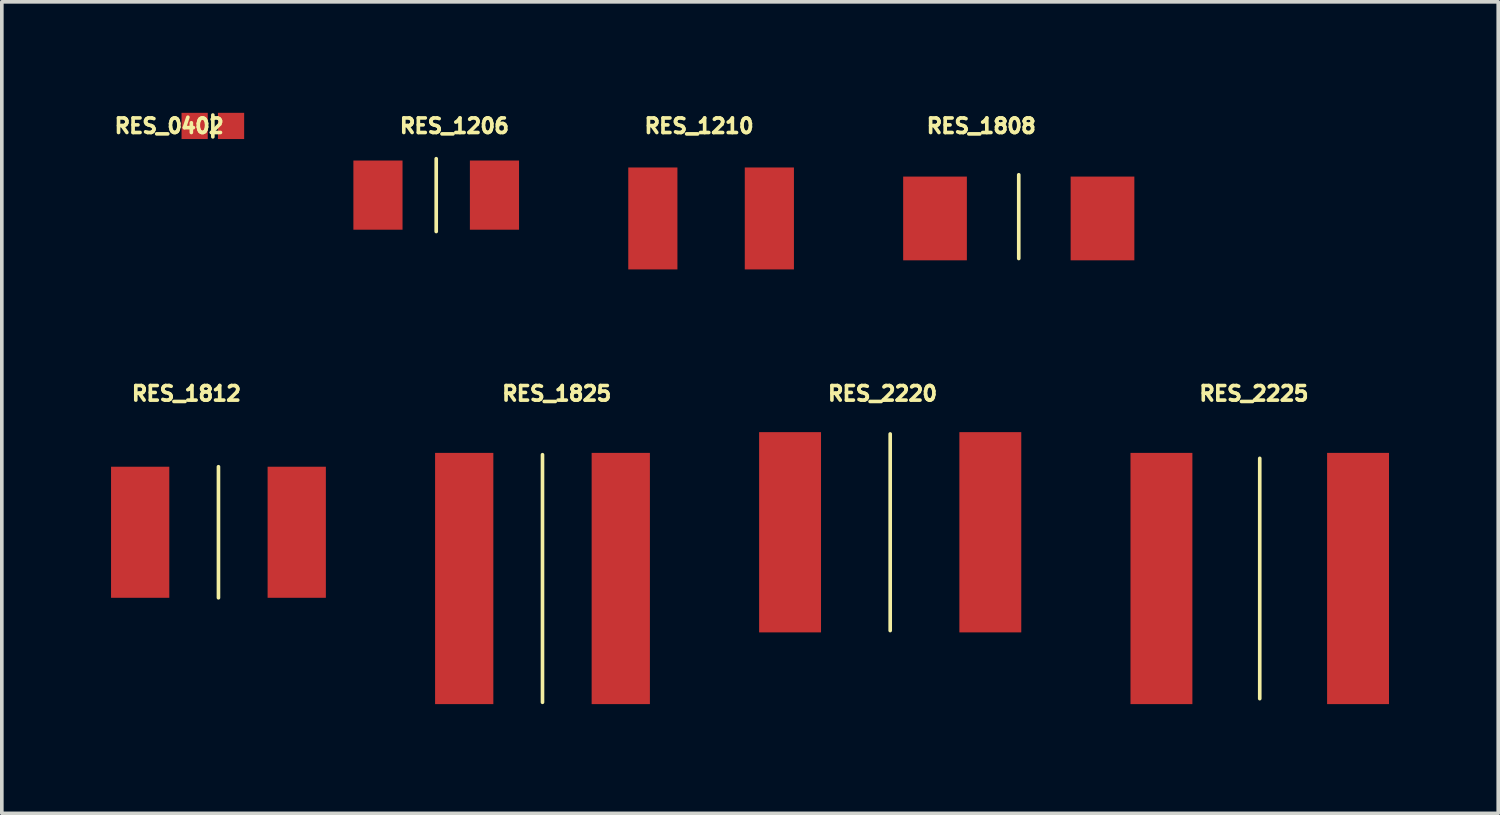
<source format=kicad_pcb>
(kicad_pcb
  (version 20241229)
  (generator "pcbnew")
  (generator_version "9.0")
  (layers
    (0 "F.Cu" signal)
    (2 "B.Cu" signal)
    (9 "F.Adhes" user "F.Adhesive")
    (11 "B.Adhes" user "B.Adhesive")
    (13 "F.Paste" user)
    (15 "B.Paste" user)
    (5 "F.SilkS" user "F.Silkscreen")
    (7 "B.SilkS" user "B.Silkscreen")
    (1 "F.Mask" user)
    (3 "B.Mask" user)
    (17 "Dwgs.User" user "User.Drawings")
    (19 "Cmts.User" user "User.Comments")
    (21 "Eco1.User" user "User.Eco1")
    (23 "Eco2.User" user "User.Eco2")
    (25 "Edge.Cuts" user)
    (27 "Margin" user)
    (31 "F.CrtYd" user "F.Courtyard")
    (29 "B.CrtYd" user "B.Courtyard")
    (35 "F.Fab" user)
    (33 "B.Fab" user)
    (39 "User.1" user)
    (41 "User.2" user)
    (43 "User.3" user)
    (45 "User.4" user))
  (footprint "RES_1825"
    (layer "F.Cu")
    (at 11.85 12.839)
    (property "Reference" "RES_1825" (at 0.39 -5.08 0) (layer "F.SilkS") (effects (font (size 0.4 0.4) (thickness 0.1))))
    (attr through_hole)
    (fp_line (start 0 -3.4) (end 0 3.4) (stroke (width 0.1) (type solid)) (layer "F.SilkS"))
    (pad "1" smd rect (at -2.15 0) (size 1.6 6.9) (layers "F.Cu" "F.Mask" "F.Paste"))
    (pad "2" smd rect (at 2.15 0) (size 1.6 6.9) (layers "F.Cu" "F.Mask" "F.Paste")))
  (footprint "RES_1808"
    (layer "F.Cu")
    (at 24.931 2.95)
    (property "Reference" "RES_1808" (at -1.03 -2.54 0) (layer "F.SilkS") (effects (font (size 0.4 0.4) (thickness 0.1))))
    (attr through_hole)
    (fp_line (start 0 -1.2) (end 0 1.1) (stroke (width 0.1) (type solid)) (layer "F.SilkS"))
    (pad "1" smd rect (at -2.3 0) (size 1.75 2.3) (layers "F.Cu" "F.Mask" "F.Paste"))
    (pad "2" smd rect (at 2.3 0) (size 1.75 2.3) (layers "F.Cu" "F.Mask" "F.Paste")))
  (footprint "RES_2225"
    (layer "F.Cu")
    (at 31.55 12.839)
    (property "Reference" "RES_2225" (at -0.16 -5.08 0) (layer "F.SilkS") (effects (font (size 0.4 0.4) (thickness 0.1))))
    (attr through_hole)
    (fp_line (start 0 -3.3) (end 0 3.3) (stroke (width 0.1) (type solid)) (layer "F.SilkS"))
    (pad "1" smd rect (at -2.7 0) (size 1.7 6.9) (layers "F.Cu" "F.Mask" "F.Paste"))
    (pad "2" smd rect (at 2.7 0) (size 1.7 6.9) (layers "F.Cu" "F.Mask" "F.Paste")))
  (footprint "RES_0402"
    (layer "F.Cu")
    (at 2.796 0.409)
    (property "Reference" "RES_0402" (at -1.2 0 180) (layer "F.SilkS") (effects (font (size 0.4 0.4) (thickness 0.1))))
    (attr through_hole)
    (fp_line (start 0 -0.3) (end 0 0.3) (stroke (width 0.1) (type solid)) (layer "F.SilkS"))
    (pad "1" smd rect (at -0.5 0) (size 0.72 0.72) (layers "F.Cu" "F.Mask" "F.Paste"))
    (pad "2" smd rect (at 0.5 0) (size 0.72 0.72) (layers "F.Cu" "F.Mask" "F.Paste")))
  (footprint "RES_1206"
    (layer "F.Cu")
    (at 8.931 2.309)
    (property "Reference" "RES_1206" (at 0.5 -1.9 0) (layer "F.SilkS") (effects (font (size 0.4 0.4) (thickness 0.1))))
    (attr through_hole)
    (fp_line (start 0 -1) (end 0 1) (stroke (width 0.1) (type solid)) (layer "F.SilkS"))
    (pad "1" smd rect (at -1.6 0) (size 1.35 1.9) (layers "F.Cu" "F.Mask" "F.Paste"))
    (pad "2" smd rect (at 1.6 0) (size 1.35 1.9) (layers "F.Cu" "F.Mask" "F.Paste")))
  (footprint "RES_1210"
    (layer "F.Cu")
    (at 16.481 2.95)
    (property "Reference" "RES_1210" (at -0.33 -2.54 0) (layer "F.SilkS") (effects (font (size 0.4 0.4) (thickness 0.1))))
    (attr through_hole)
    (pad "1" smd rect (at -1.6 0) (size 1.35 2.8) (layers "F.Cu" "F.Mask" "F.Paste"))
    (pad "2" smd rect (at 1.6 0) (size 1.35 2.8) (layers "F.Cu" "F.Mask" "F.Paste")))
  (footprint "RES_1812"
    (layer "F.Cu")
    (at 2.95 11.569)
    (property "Reference" "RES_1812" (at -0.88 -3.81 0) (layer "F.SilkS") (effects (font (size 0.4 0.4) (thickness 0.1))))
    (attr through_hole)
    (fp_line (start 0 -1.8) (end 0 1.8) (stroke (width 0.1) (type solid)) (layer "F.SilkS"))
    (pad "1" smd rect (at -2.15 0) (size 1.6 3.6) (layers "F.Cu" "F.Mask" "F.Paste"))
    (pad "2" smd rect (at 2.15 0) (size 1.6 3.6) (layers "F.Cu" "F.Mask" "F.Paste")))
  (footprint "RES_2220"
    (layer "F.Cu")
    (at 21.4 11.569)
    (property "Reference" "RES_2220" (at -0.21 -3.81 0) (layer "F.SilkS") (effects (font (size 0.4 0.4) (thickness 0.1))))
    (attr through_hole)
    (fp_line (start 0 -2.7) (end 0 2.7) (stroke (width 0.1) (type solid)) (layer "F.SilkS"))
    (pad "1" smd rect (at -2.75 0) (size 1.7 5.5) (layers "F.Cu" "F.Mask" "F.Paste"))
    (pad "2" smd rect (at 2.75 0) (size 1.7 5.5) (layers "F.Cu" "F.Mask" "F.Paste")))
  (gr_rect
    (start -3 -3)
    (end 38.1 19.289)
    (stroke (width 0.1) (type default))
    (fill no)
    (layer "Edge.Cuts")))
</source>
